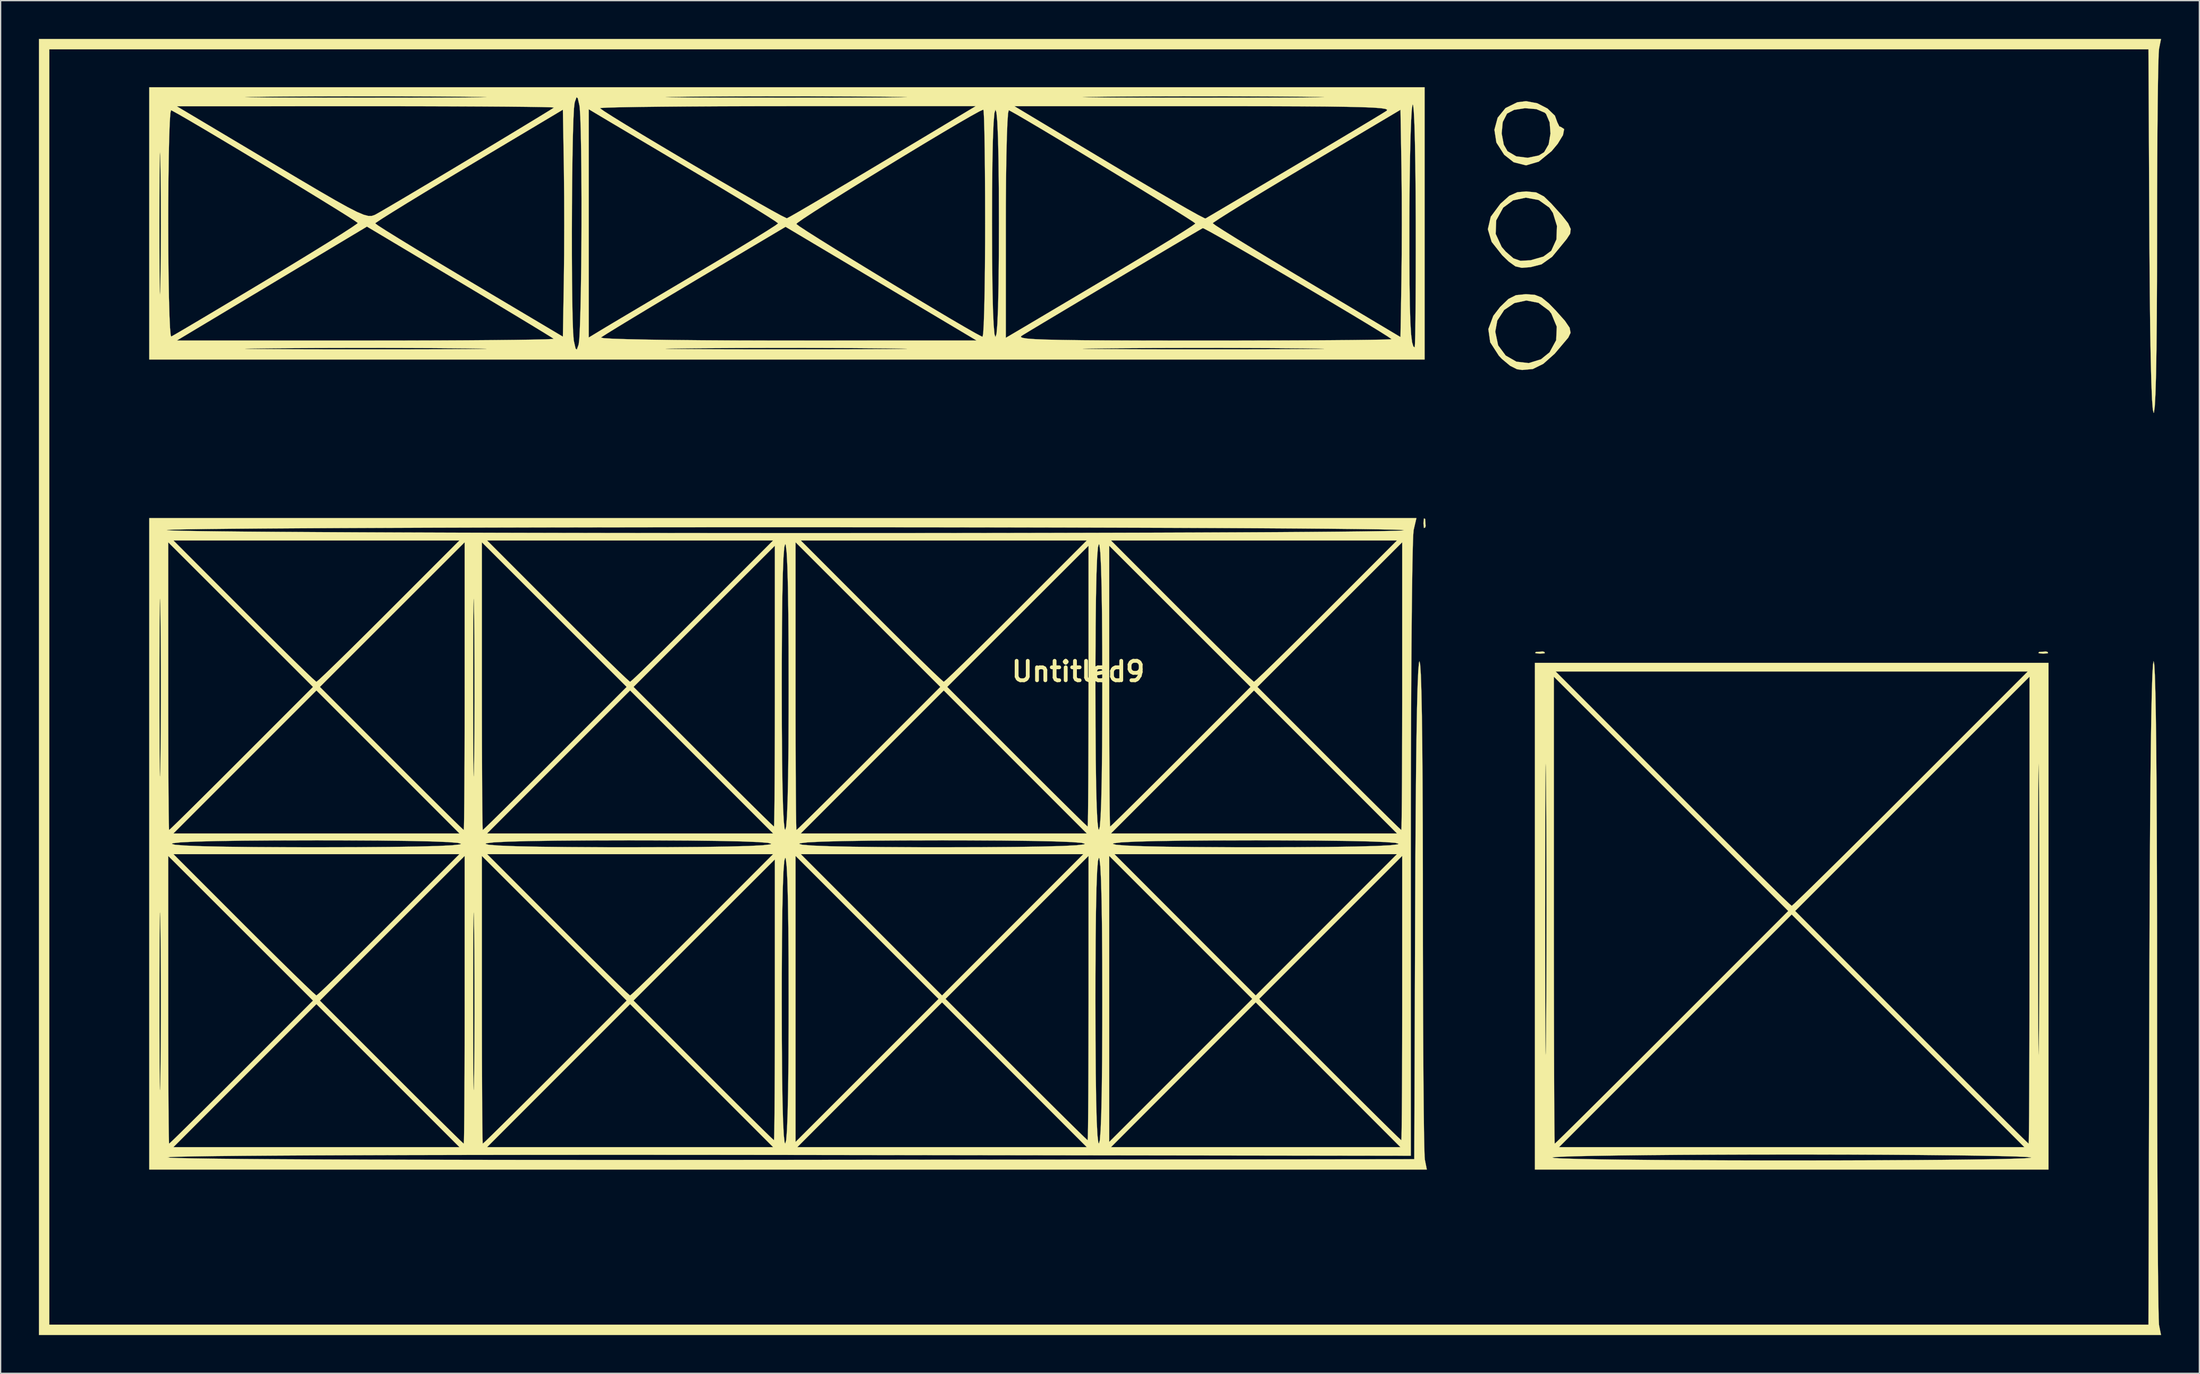
<source format=kicad_pcb>
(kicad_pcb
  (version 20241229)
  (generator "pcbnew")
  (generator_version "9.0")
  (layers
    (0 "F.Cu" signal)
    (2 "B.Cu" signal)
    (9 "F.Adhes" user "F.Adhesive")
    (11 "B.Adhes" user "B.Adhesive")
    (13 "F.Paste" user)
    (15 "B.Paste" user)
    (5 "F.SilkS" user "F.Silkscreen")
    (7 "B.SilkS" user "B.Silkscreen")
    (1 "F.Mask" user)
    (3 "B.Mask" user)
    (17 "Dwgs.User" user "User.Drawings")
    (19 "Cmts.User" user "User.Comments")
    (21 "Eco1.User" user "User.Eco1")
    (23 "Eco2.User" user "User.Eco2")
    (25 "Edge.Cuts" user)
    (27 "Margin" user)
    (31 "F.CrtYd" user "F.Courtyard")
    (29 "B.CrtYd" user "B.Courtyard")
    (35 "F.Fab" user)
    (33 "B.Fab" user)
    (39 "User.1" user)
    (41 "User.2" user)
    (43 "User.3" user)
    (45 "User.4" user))
  (footprint "Untitled9"
    (layer "F.Cu")
    (at 81.474 49.589)
    (property "Reference" "Untitled9" (at 0 0 0) (layer "F.SilkS") (effects (font (size 1.524 1.524) (thickness 0.3))))
    (attr through_hole)
    (fp_poly (pts (xy 27.2 -11.957) (xy 27.236 -11.404) (xy 27.2 -11.281) (xy 27.102 -11.247) (xy 27.064 -11.619) (xy 27.106 -12.003) (xy 27.2 -11.957)) (stroke (width 0.01) (type solid)) (fill yes) (layer "F.SilkS"))
    (fp_poly (pts (xy 36.546 -1.53) (xy 36.58 -1.431) (xy 36.209 -1.394) (xy 35.825 -1.436) (xy 35.871 -1.53) (xy 36.424 -1.566) (xy 36.546 -1.53)) (stroke (width 0.01) (type solid)) (fill yes) (layer "F.SilkS"))
    (fp_poly (pts (xy 75.997 -1.53) (xy 76.031 -1.431) (xy 75.66 -1.394) (xy 75.276 -1.436) (xy 75.322 -1.53) (xy 75.875 -1.566) (xy 75.997 -1.53)) (stroke (width 0.01) (type solid)) (fill yes) (layer "F.SilkS"))
    (fp_poly (pts (xy 35.986 -44.545) (xy 36.794 -44.129) (xy 37.371 -43.571) (xy 37.56 -43.052) (xy 37.722 -42.724) (xy 37.83 -42.694) (xy 38.096 -42.519) (xy 38.007 -42.049) (xy 37.594 -41.369) (xy 37.111 -40.79) (xy 36.103 -39.966) (xy 35.108 -39.675) (xy 34.141 -39.92) (xy 33.395 -40.507) (xy 32.783 -41.464) (xy 32.673 -42.177) (xy 33.198 -42.177) (xy 33.364 -41.296) (xy 33.656 -40.786) (xy 34.338 -40.384) (xy 35.238 -40.27) (xy 36.111 -40.452) (xy 36.525 -40.709) (xy 36.878 -41.319) (xy 37.024 -42.173) (xy 36.959 -43.043) (xy 36.678 -43.702) (xy 36.58 -43.803) (xy 35.916 -44.084) (xy 35.029 -44.156) (xy 34.167 -44.023) (xy 33.618 -43.732) (xy 33.281 -43.07) (xy 33.198 -42.177) (xy 32.673 -42.177) (xy 32.628 -42.471) (xy 32.882 -43.411) (xy 33.498 -44.168) (xy 34.427 -44.625) (xy 35.112 -44.708) (xy 35.986 -44.545)) (stroke (width 0.01) (type solid)) (fill yes) (layer "F.SilkS"))
    (fp_poly (pts (xy 35.791 -29.528) (xy 36.324 -29.321) (xy 36.893 -28.859) (xy 37.443 -28.291) (xy 38.157 -27.489) (xy 38.526 -26.946) (xy 38.6 -26.549) (xy 38.428 -26.187) (xy 38.386 -26.132) (xy 37.351 -24.907) (xy 36.464 -24.117) (xy 35.641 -23.71) (xy 34.796 -23.635) (xy 34.398 -23.693) (xy 33.86 -23.964) (xy 33.214 -24.503) (xy 32.979 -24.751) (xy 32.298 -25.807) (xy 32.181 -26.637) (xy 32.696 -26.637) (xy 32.921 -25.565) (xy 33.514 -24.766) (xy 34.353 -24.287) (xy 35.316 -24.175) (xy 36.281 -24.475) (xy 36.952 -25.02) (xy 37.469 -25.969) (xy 37.516 -27.03) (xy 37.092 -28.052) (xy 36.913 -28.284) (xy 36.082 -28.9) (xy 35.135 -29.083) (xy 34.197 -28.88) (xy 33.396 -28.34) (xy 32.856 -27.514) (xy 32.696 -26.637) (xy 32.181 -26.637) (xy 32.152 -26.839) (xy 32.541 -27.881) (xy 33.075 -28.573) (xy 33.729 -29.203) (xy 34.317 -29.499) (xy 35.073 -29.576) (xy 35.12 -29.576) (xy 35.791 -29.528)) (stroke (width 0.01) (type solid)) (fill yes) (layer "F.SilkS"))
    (fp_poly (pts (xy 35.907 -37.553) (xy 36.516 -37.235) (xy 37.091 -36.677) (xy 37.915 -35.76) (xy 38.41 -35.131) (xy 38.612 -34.684) (xy 38.563 -34.312) (xy 38.301 -33.909) (xy 38.168 -33.743) (xy 37.63 -33.086) (xy 37.154 -32.508) (xy 36.32 -31.916) (xy 35.468 -31.698) (xy 34.778 -31.642) (xy 34.273 -31.759) (xy 33.756 -32.131) (xy 33.24 -32.629) (xy 32.412 -33.677) (xy 32.223 -34.303) (xy 32.729 -34.303) (xy 33.2 -33.28) (xy 33.519 -32.911) (xy 34.123 -32.386) (xy 34.673 -32.193) (xy 35.447 -32.236) (xy 35.476 -32.24) (xy 36.474 -32.527) (xy 37.084 -32.979) (xy 37.49 -33.869) (xy 37.531 -34.93) (xy 37.217 -35.947) (xy 36.934 -36.365) (xy 36.102 -36.957) (xy 35.094 -37.145) (xy 34.091 -36.93) (xy 33.321 -36.365) (xy 32.768 -35.362) (xy 32.729 -34.303) (xy 32.223 -34.303) (xy 32.113 -34.668) (xy 32.341 -35.648) (xy 33.095 -36.662) (xy 33.097 -36.664) (xy 33.793 -37.287) (xy 34.43 -37.572) (xy 35.128 -37.633) (xy 35.907 -37.553)) (stroke (width 0.01) (type solid)) (fill yes) (layer "F.SilkS"))
    (fp_poly (pts (xy 84.732 -48.807) (xy 84.702 -48.391) (xy 84.674 -47.489) (xy 84.648 -46.155) (xy 84.625 -44.444) (xy 84.606 -42.409) (xy 84.591 -40.105) (xy 84.581 -37.587) (xy 84.577 -34.909) (xy 84.577 -34.148) (xy 84.571 -30.716) (xy 84.556 -27.749) (xy 84.531 -25.258) (xy 84.496 -23.257) (xy 84.451 -21.756) (xy 84.397 -20.767) (xy 84.334 -20.303) (xy 84.309 -20.266) (xy 84.243 -20.534) (xy 84.182 -21.329) (xy 84.128 -22.638) (xy 84.081 -24.447) (xy 84.04 -26.743) (xy 84.007 -29.514) (xy 83.981 -32.744) (xy 83.971 -34.52) (xy 83.901 -48.773) (xy -80.659 -48.773) (xy -80.659 51.205) (xy 83.901 51.205) (xy 83.97 25.197) (xy 83.986 20.326) (xy 84.006 15.944) (xy 84.03 12.057) (xy 84.058 8.671) (xy 84.09 5.791) (xy 84.126 3.424) (xy 84.166 1.574) (xy 84.21 0.248) (xy 84.257 -0.549) (xy 84.308 -0.811) (xy 84.359 -0.541) (xy 84.404 0.264) (xy 84.445 1.599) (xy 84.48 3.46) (xy 84.51 5.841) (xy 84.534 8.738) (xy 84.553 12.146) (xy 84.567 16.06) (xy 84.574 20.474) (xy 84.577 24.826) (xy 84.578 28.517) (xy 84.583 32.066) (xy 84.59 35.433) (xy 84.601 38.579) (xy 84.613 41.467) (xy 84.628 44.056) (xy 84.644 46.31) (xy 84.663 48.188) (xy 84.683 49.653) (xy 84.704 50.665) (xy 84.726 51.186) (xy 84.732 51.239) (xy 84.887 52.016) (xy -81.469 52.016) (xy -81.469 -49.584) (xy 84.887 -49.584) (xy 84.732 -48.807)) (stroke (width 0.01) (type solid)) (fill yes) (layer "F.SilkS"))
    (fp_poly (pts (xy 76.065 39.046) (xy 35.803 39.046) (xy 35.803 38.1) (xy 37.154 38.1) (xy 37.323 38.14) (xy 37.995 38.178) (xy 39.135 38.212) (xy 40.706 38.243) (xy 42.672 38.27) (xy 44.997 38.293) (xy 47.644 38.311) (xy 50.576 38.324) (xy 53.758 38.331) (xy 55.934 38.332) (xy 59.258 38.329) (xy 62.356 38.32) (xy 65.192 38.305) (xy 67.729 38.286) (xy 69.931 38.261) (xy 71.762 38.233) (xy 73.186 38.2) (xy 74.165 38.165) (xy 74.664 38.126) (xy 74.714 38.1) (xy 74.358 38.061) (xy 73.507 38.023) (xy 72.207 37.989) (xy 70.504 37.957) (xy 68.444 37.93) (xy 66.072 37.906) (xy 63.435 37.888) (xy 60.578 37.875) (xy 57.546 37.869) (xy 55.934 37.868) (xy 52.831 37.871) (xy 49.879 37.881) (xy 47.122 37.896) (xy 44.608 37.917) (xy 42.382 37.943) (xy 40.49 37.972) (xy 38.977 38.005) (xy 37.889 38.041) (xy 37.273 38.079) (xy 37.154 38.1) (xy 35.803 38.1) (xy 35.803 37.289) (xy 37.696 37.289) (xy 74.172 37.289) (xy 55.934 19.051) (xy 46.815 28.17) (xy 37.696 37.289) (xy 35.803 37.289) (xy 35.803 18.645) (xy 36.606 18.645) (xy 36.607 21.479) (xy 36.61 23.943) (xy 36.615 26.019) (xy 36.621 27.687) (xy 36.628 28.93) (xy 36.636 29.728) (xy 36.646 30.062) (xy 36.657 29.915) (xy 36.668 29.267) (xy 36.68 28.1) (xy 36.681 27.899) (xy 36.698 25.113) (xy 36.709 21.966) (xy 36.712 18.714) (xy 37.289 18.714) (xy 37.29 21.805) (xy 37.293 24.732) (xy 37.298 27.451) (xy 37.304 29.918) (xy 37.311 32.089) (xy 37.32 33.92) (xy 37.33 35.367) (xy 37.34 36.387) (xy 37.352 36.935) (xy 37.358 37.019) (xy 37.557 36.834) (xy 38.101 36.304) (xy 38.951 35.465) (xy 40.071 34.354) (xy 41.423 33.01) (xy 42.971 31.469) (xy 44.676 29.767) (xy 46.501 27.943) (xy 46.546 27.898) (xy 55.664 18.777) (xy 56.204 18.777) (xy 65.322 27.898) (xy 67.15 29.725) (xy 68.859 31.43) (xy 70.41 32.976) (xy 71.768 34.325) (xy 72.894 35.441) (xy 73.751 36.287) (xy 74.302 36.825) (xy 74.509 37.019) (xy 74.51 37.019) (xy 74.521 36.756) (xy 74.532 35.997) (xy 74.543 34.785) (xy 74.552 33.165) (xy 74.56 31.18) (xy 74.567 28.874) (xy 74.572 26.291) (xy 74.576 23.476) (xy 74.578 20.472) (xy 74.579 18.714) (xy 74.579 18.645) (xy 75.247 18.645) (xy 75.248 21.479) (xy 75.251 23.943) (xy 75.255 26.019) (xy 75.261 27.687) (xy 75.268 28.93) (xy 75.277 29.728) (xy 75.286 30.062) (xy 75.297 29.915) (xy 75.308 29.267) (xy 75.32 28.1) (xy 75.322 27.899) (xy 75.339 25.113) (xy 75.349 21.966) (xy 75.353 18.64) (xy 75.349 15.314) (xy 75.339 12.168) (xy 75.322 9.39) (xy 75.31 8.151) (xy 75.298 7.433) (xy 75.288 7.218) (xy 75.278 7.488) (xy 75.269 8.224) (xy 75.262 9.407) (xy 75.256 11.018) (xy 75.251 13.039) (xy 75.248 15.452) (xy 75.247 18.236) (xy 75.247 18.645) (xy 74.579 18.645) (xy 74.579 0.408) (xy 56.204 18.777) (xy 55.664 18.777) (xy 46.477 9.593) (xy 37.289 0.408) (xy 37.289 18.714) (xy 36.712 18.714) (xy 36.712 18.64) (xy 36.709 15.314) (xy 36.698 12.168) (xy 36.681 9.39) (xy 36.669 8.151) (xy 36.658 7.433) (xy 36.647 7.218) (xy 36.638 7.488) (xy 36.629 8.224) (xy 36.622 9.407) (xy 36.615 11.018) (xy 36.611 13.039) (xy 36.608 15.452) (xy 36.607 18.236) (xy 36.606 18.645) (xy 35.803 18.645) (xy 35.803 0) (xy 37.427 0) (xy 46.612 9.187) (xy 48.448 11.022) (xy 50.168 12.734) (xy 51.734 14.288) (xy 53.107 15.645) (xy 54.252 16.769) (xy 55.129 17.624) (xy 55.702 18.171) (xy 55.932 18.374) (xy 55.934 18.374) (xy 56.147 18.189) (xy 56.703 17.658) (xy 57.567 16.818) (xy 58.698 15.706) (xy 60.062 14.36) (xy 61.618 12.815) (xy 63.332 11.11) (xy 65.163 9.28) (xy 65.256 9.187) (xy 74.441 0) (xy 37.427 0) (xy 35.803 0) (xy 35.803 -0.676) (xy 76.065 -0.676) (xy 76.065 39.046)) (stroke (width 0.01) (type solid)) (fill yes) (layer "F.SilkS"))
    (fp_poly (pts (xy 27.156 -24.454) (xy -72.822 -24.454) (xy -72.822 -25.295) (xy -65.327 -25.295) (xy -64.922 -25.284) (xy -64.061 -25.275) (xy -62.762 -25.268) (xy -61.047 -25.262) (xy -58.937 -25.258) (xy -56.453 -25.256) (xy -55.799 -25.256) (xy -53.232 -25.257) (xy -51.039 -25.261) (xy -49.24 -25.266) (xy -47.856 -25.273) (xy -46.906 -25.282) (xy -46.41 -25.292) (xy -46.389 -25.304) (xy -46.863 -25.316) (xy -47.852 -25.329) (xy -48.185 -25.332) (xy -50.742 -25.351) (xy -53.628 -25.361) (xy -56.651 -25.363) (xy -59.618 -25.357) (xy -62.337 -25.343) (xy -63.587 -25.332) (xy -64.68 -25.319) (xy -65.253 -25.306) (xy -65.327 -25.295) (xy -72.822 -25.295) (xy -72.822 -25.943) (xy -70.661 -25.943) (xy -55.821 -25.942) (xy -53.051 -25.944) (xy -50.454 -25.951) (xy -48.079 -25.962) (xy -45.972 -25.977) (xy -44.184 -25.995) (xy -42.762 -26.016) (xy -41.753 -26.039) (xy -41.207 -26.064) (xy -41.122 -26.08) (xy -41.38 -26.248) (xy -42.046 -26.658) (xy -43.062 -27.276) (xy -44.371 -28.066) (xy -45.915 -28.995) (xy -47.639 -30.028) (xy -48.509 -30.548) (xy -55.757 -34.875) (xy -63.209 -30.409) (xy -70.661 -25.943) (xy -72.822 -25.943) (xy -72.822 -35.128) (xy -72.026 -35.128) (xy -72.024 -33.201) (xy -72.018 -31.652) (xy -72.008 -30.507) (xy -71.996 -29.794) (xy -71.981 -29.539) (xy -71.964 -29.769) (xy -71.946 -30.51) (xy -71.945 -30.602) (xy -71.92 -32.609) (xy -71.911 -34.899) (xy -71.912 -35.128) (xy -71.336 -35.128) (xy -71.329 -32.993) (xy -71.31 -31.046) (xy -71.28 -29.348) (xy -71.241 -27.961) (xy -71.195 -26.947) (xy -71.143 -26.369) (xy -71.103 -26.256) (xy -70.822 -26.412) (xy -70.136 -26.813) (xy -69.102 -27.424) (xy -67.78 -28.21) (xy -66.226 -29.137) (xy -64.5 -30.17) (xy -63.673 -30.666) (xy -61.897 -31.737) (xy -60.281 -32.722) (xy -58.88 -33.586) (xy -57.75 -34.295) (xy -56.946 -34.814) (xy -56.525 -35.108) (xy -56.505 -35.128) (xy -55.109 -35.128) (xy -54.887 -34.962) (xy -54.254 -34.555) (xy -53.266 -33.942) (xy -51.979 -33.156) (xy -50.448 -32.231) (xy -48.729 -31.201) (xy -47.754 -30.62) (xy -40.397 -26.248) (xy -40.323 -30.688) (xy -40.3 -32.674) (xy -40.294 -34.577) (xy -39.692 -34.577) (xy -39.691 -32.606) (xy -39.681 -30.741) (xy -39.661 -29.065) (xy -39.633 -27.658) (xy -39.595 -26.602) (xy -39.547 -25.977) (xy -39.535 -25.907) (xy -39.403 -25.324) (xy -39.306 -25.231) (xy -39.284 -25.295) (xy -32.361 -25.295) (xy -31.956 -25.284) (xy -31.095 -25.275) (xy -29.796 -25.268) (xy -28.081 -25.262) (xy -25.971 -25.258) (xy -23.487 -25.256) (xy -22.833 -25.256) (xy -20.266 -25.257) (xy -18.073 -25.261) (xy -16.275 -25.266) (xy -14.89 -25.273) (xy -13.94 -25.282) (xy -13.444 -25.292) (xy -13.439 -25.295) (xy 0.335 -25.295) (xy 0.739 -25.284) (xy 1.601 -25.275) (xy 2.9 -25.268) (xy 4.614 -25.262) (xy 6.724 -25.258) (xy 9.209 -25.256) (xy 9.863 -25.256) (xy 12.429 -25.257) (xy 14.622 -25.261) (xy 16.421 -25.266) (xy 17.806 -25.273) (xy 18.756 -25.282) (xy 19.252 -25.292) (xy 19.273 -25.304) (xy 18.799 -25.316) (xy 17.81 -25.329) (xy 17.477 -25.332) (xy 14.92 -25.351) (xy 12.034 -25.361) (xy 9.011 -25.363) (xy 6.044 -25.357) (xy 3.324 -25.343) (xy 2.075 -25.332) (xy 0.982 -25.319) (xy 0.409 -25.306) (xy 0.335 -25.295) (xy -13.439 -25.295) (xy -13.423 -25.304) (xy -13.897 -25.316) (xy -14.886 -25.329) (xy -15.219 -25.332) (xy -17.776 -25.351) (xy -20.662 -25.361) (xy -23.685 -25.363) (xy -26.652 -25.357) (xy -29.371 -25.343) (xy -30.621 -25.332) (xy -31.714 -25.319) (xy -32.287 -25.306) (xy -32.361 -25.295) (xy -39.284 -25.295) (xy -39.18 -25.587) (xy -39.156 -25.67) (xy -39.108 -26.101) (xy -39.105 -26.177) (xy -37.411 -26.177) (xy -37.2 -26.13) (xy -36.49 -26.087) (xy -35.322 -26.049) (xy -33.737 -26.015) (xy -31.777 -25.987) (xy -29.482 -25.966) (xy -26.894 -25.951) (xy -24.054 -25.944) (xy -22.819 -25.944) (xy -7.971 -25.947) (xy -15.456 -30.402) (xy -22.941 -34.857) (xy -30.048 -30.635) (xy -31.827 -29.575) (xy -33.461 -28.598) (xy -34.888 -27.738) (xy -36.052 -27.031) (xy -36.892 -26.514) (xy -37.349 -26.223) (xy -37.411 -26.177) (xy -39.105 -26.177) (xy -39.104 -26.18) (xy -38.37 -26.18) (xy -37.222 -26.875) (xy -36.681 -27.199) (xy -35.751 -27.753) (xy -34.506 -28.492) (xy -33.023 -29.372) (xy -31.376 -30.348) (xy -29.8 -31.281) (xy -28.144 -32.265) (xy -26.652 -33.161) (xy -25.384 -33.932) (xy -24.399 -34.541) (xy -23.759 -34.952) (xy -23.583 -35.081) (xy -22.097 -35.081) (xy -21.858 -34.898) (xy -21.223 -34.481) (xy -20.26 -33.871) (xy -19.036 -33.109) (xy -17.621 -32.238) (xy -16.082 -31.298) (xy -14.488 -30.331) (xy -12.906 -29.378) (xy -11.407 -28.48) (xy -10.057 -27.679) (xy -8.924 -27.017) (xy -8.079 -26.534) (xy -7.587 -26.272) (xy -7.498 -26.237) (xy -7.45 -26.49) (xy -7.406 -27.221) (xy -7.367 -28.367) (xy -7.335 -29.865) (xy -7.312 -31.653) (xy -7.298 -33.667) (xy -7.296 -35.128) (xy -6.755 -35.128) (xy -6.747 -32.431) (xy -6.723 -30.198) (xy -6.684 -28.444) (xy -6.629 -27.185) (xy -6.561 -26.436) (xy -6.485 -26.211) (xy -6.403 -26.478) (xy -6.336 -27.27) (xy -6.283 -28.571) (xy -6.244 -30.366) (xy -6.222 -32.638) (xy -6.215 -35.123) (xy -5.674 -35.123) (xy -5.674 -26.157) (xy -5.564 -26.222) (xy -4.499 -26.222) (xy -4.365 -26.155) (xy -4.012 -26.099) (xy -3.402 -26.053) (xy -2.499 -26.017) (xy -1.266 -25.989) (xy 0.336 -25.968) (xy 2.343 -25.954) (xy 4.792 -25.945) (xy 7.721 -25.941) (xy 9.848 -25.94) (xy 12.618 -25.942) (xy 15.216 -25.948) (xy 17.594 -25.957) (xy 19.702 -25.969) (xy 21.493 -25.983) (xy 22.919 -26) (xy 23.93 -26.019) (xy 24.48 -26.039) (xy 24.567 -26.052) (xy 24.262 -26.263) (xy 23.57 -26.698) (xy 22.559 -27.315) (xy 21.297 -28.074) (xy 19.852 -28.936) (xy 18.291 -29.86) (xy 16.683 -30.807) (xy 15.095 -31.737) (xy 13.596 -32.609) (xy 12.253 -33.385) (xy 11.135 -34.023) (xy 10.309 -34.484) (xy 9.843 -34.728) (xy 9.765 -34.756) (xy 9.343 -34.512) (xy 8.545 -34.044) (xy 7.444 -33.394) (xy 6.112 -32.605) (xy 4.619 -31.72) (xy 3.039 -30.781) (xy 1.442 -29.832) (xy -0.099 -28.914) (xy -1.512 -28.07) (xy -2.727 -27.344) (xy -3.671 -26.778) (xy -4.272 -26.414) (xy -4.451 -26.302) (xy -4.499 -26.222) (xy -5.564 -26.222) (xy -4.661 -26.753) (xy -4.162 -27.048) (xy -3.271 -27.576) (xy -2.06 -28.295) (xy -0.601 -29.16) (xy 1.034 -30.13) (xy 2.77 -31.161) (xy 4.444 -32.161) (xy 5.955 -33.073) (xy 7.245 -33.861) (xy 8.252 -34.489) (xy 8.919 -34.919) (xy 9.185 -35.115) (xy 9.187 -35.121) (xy 9.164 -35.138) (xy 10.546 -35.138) (xy 10.772 -34.969) (xy 11.406 -34.559) (xy 12.395 -33.942) (xy 13.683 -33.152) (xy 15.214 -32.222) (xy 16.933 -31.188) (xy 17.91 -30.604) (xy 25.265 -26.216) (xy 25.339 -30.672) (xy 25.361 -32.665) (xy 25.369 -34.938) (xy 25.369 -35.263) (xy 25.963 -35.263) (xy 25.963 -32.585) (xy 25.975 -30.405) (xy 26 -28.68) (xy 26.041 -27.368) (xy 26.099 -26.427) (xy 26.175 -25.814) (xy 26.272 -25.486) (xy 26.377 -25.4) (xy 26.4 -25.66) (xy 26.421 -26.401) (xy 26.438 -27.562) (xy 26.451 -29.082) (xy 26.46 -30.903) (xy 26.463 -32.965) (xy 26.462 -35.195) (xy 26.451 -37.59) (xy 26.429 -39.698) (xy 26.398 -41.476) (xy 26.358 -42.88) (xy 26.311 -43.867) (xy 26.257 -44.392) (xy 26.211 -44.45) (xy 26.153 -44.055) (xy 26.1 -43.188) (xy 26.053 -41.92) (xy 26.014 -40.32) (xy 25.985 -38.457) (xy 25.967 -36.401) (xy 25.963 -35.263) (xy 25.369 -35.263) (xy 25.364 -37.232) (xy 25.344 -39.287) (xy 25.339 -39.58) (xy 25.265 -44.032) (xy 17.902 -39.658) (xy 16.104 -38.585) (xy 14.465 -37.599) (xy 13.041 -36.733) (xy 11.888 -36.021) (xy 11.059 -35.497) (xy 10.611 -35.196) (xy 10.546 -35.138) (xy 9.164 -35.138) (xy 8.967 -35.282) (xy 8.349 -35.679) (xy 7.403 -36.271) (xy 6.195 -37.018) (xy 4.793 -37.879) (xy 3.264 -38.813) (xy 1.675 -39.778) (xy 0.095 -40.734) (xy -1.411 -41.64) (xy -2.773 -42.455) (xy -3.926 -43.138) (xy -4.801 -43.649) (xy -5.33 -43.945) (xy -5.442 -44) (xy -5.497 -43.762) (xy -5.548 -43.046) (xy -5.592 -41.913) (xy -5.629 -40.426) (xy -5.656 -38.646) (xy -5.671 -36.636) (xy -5.674 -35.123) (xy -6.215 -35.123) (xy -6.215 -35.128) (xy -6.223 -37.824) (xy -6.247 -40.057) (xy -6.286 -41.811) (xy -6.341 -43.07) (xy -6.41 -43.82) (xy -6.485 -44.045) (xy -6.567 -43.777) (xy -6.634 -42.985) (xy -6.688 -41.684) (xy -6.726 -39.89) (xy -6.748 -37.618) (xy -6.755 -35.128) (xy -7.296 -35.128) (xy -7.3 -37.261) (xy -7.312 -39.212) (xy -7.33 -40.917) (xy -7.354 -42.313) (xy -7.382 -43.336) (xy -7.414 -43.925) (xy -7.438 -44.045) (xy -7.739 -43.91) (xy -8.423 -43.534) (xy -9.422 -42.957) (xy -10.67 -42.22) (xy -12.099 -41.365) (xy -13.642 -40.431) (xy -15.233 -39.461) (xy -16.804 -38.496) (xy -18.288 -37.575) (xy -19.618 -36.74) (xy -20.727 -36.033) (xy -21.549 -35.494) (xy -22.015 -35.164) (xy -22.097 -35.081) (xy -23.583 -35.081) (xy -23.522 -35.127) (xy -23.522 -35.128) (xy -23.744 -35.295) (xy -24.372 -35.7) (xy -25.345 -36.305) (xy -26.605 -37.073) (xy -28.09 -37.967) (xy -29.741 -38.951) (xy -29.796 -38.983) (xy -31.525 -40.008) (xy -33.16 -40.978) (xy -34.625 -41.847) (xy -35.845 -42.571) (xy -36.745 -43.105) (xy -37.222 -43.389) (xy -38.37 -44.075) (xy -38.37 -26.18) (xy -39.104 -26.18) (xy -39.063 -27) (xy -39.022 -28.298) (xy -38.987 -29.922) (xy -38.96 -31.801) (xy -38.942 -33.864) (xy -38.938 -34.891) (xy -38.937 -37.031) (xy -38.947 -39.033) (xy -38.967 -40.823) (xy -38.996 -42.328) (xy -39.033 -43.474) (xy -39.074 -44.157) (xy -37.491 -44.157) (xy -37.167 -43.925) (xy -36.458 -43.473) (xy -35.432 -42.841) (xy -34.158 -42.07) (xy -32.704 -41.2) (xy -31.141 -40.272) (xy -29.535 -39.326) (xy -27.957 -38.402) (xy -26.474 -37.542) (xy -25.156 -36.785) (xy -24.071 -36.172) (xy -23.289 -35.744) (xy -22.876 -35.54) (xy -22.833 -35.53) (xy -22.542 -35.683) (xy -21.847 -36.081) (xy -20.805 -36.69) (xy -19.474 -37.475) (xy -17.912 -38.401) (xy -16.178 -39.436) (xy -15.3 -39.961) (xy -8.041 -44.313) (xy -4.999 -44.313) (xy 2.412 -39.869) (xy 4.219 -38.791) (xy 5.877 -37.812) (xy 7.328 -36.966) (xy 8.517 -36.284) (xy 9.388 -35.798) (xy 9.885 -35.542) (xy 9.978 -35.51) (xy 10.242 -35.665) (xy 10.911 -36.059) (xy 11.926 -36.658) (xy 13.227 -37.428) (xy 14.755 -38.332) (xy 16.451 -39.335) (xy 16.888 -39.594) (xy 18.64 -40.632) (xy 20.26 -41.595) (xy 21.683 -42.445) (xy 22.847 -43.142) (xy 23.686 -43.649) (xy 24.138 -43.928) (xy 24.177 -43.954) (xy 24.224 -44.033) (xy 24.09 -44.1) (xy 23.737 -44.156) (xy 23.128 -44.202) (xy 22.225 -44.238) (xy 20.992 -44.266) (xy 19.39 -44.287) (xy 17.384 -44.301) (xy 14.936 -44.31) (xy 12.008 -44.314) (xy 9.855 -44.314) (xy -4.999 -44.313) (xy -8.041 -44.313) (xy -8.038 -44.315) (xy -22.844 -44.315) (xy -25.61 -44.312) (xy -28.203 -44.304) (xy -30.573 -44.291) (xy -32.674 -44.274) (xy -34.456 -44.254) (xy -35.872 -44.23) (xy -36.873 -44.203) (xy -37.411 -44.175) (xy -37.491 -44.157) (xy -39.074 -44.157) (xy -39.076 -44.187) (xy -39.097 -44.349) (xy -39.229 -44.931) (xy -39.322 -45.02) (xy -32.361 -45.02) (xy -31.956 -45.01) (xy -31.095 -45.001) (xy -29.796 -44.993) (xy -28.081 -44.987) (xy -25.971 -44.984) (xy -23.487 -44.982) (xy -22.833 -44.982) (xy -20.266 -44.983) (xy -18.073 -44.986) (xy -16.275 -44.992) (xy -14.89 -44.999) (xy -13.94 -45.008) (xy -13.444 -45.018) (xy -13.439 -45.02) (xy 0.335 -45.02) (xy 0.739 -45.01) (xy 1.601 -45.001) (xy 2.9 -44.993) (xy 4.614 -44.987) (xy 6.724 -44.984) (xy 9.209 -44.982) (xy 9.863 -44.982) (xy 12.429 -44.983) (xy 14.622 -44.986) (xy 16.421 -44.992) (xy 17.806 -44.999) (xy 18.756 -45.008) (xy 19.252 -45.018) (xy 19.273 -45.029) (xy 18.799 -45.041) (xy 17.81 -45.054) (xy 17.477 -45.058) (xy 14.92 -45.076) (xy 12.034 -45.087) (xy 9.011 -45.089) (xy 6.044 -45.083) (xy 3.324 -45.068) (xy 2.075 -45.058) (xy 0.982 -45.044) (xy 0.409 -45.032) (xy 0.335 -45.02) (xy -13.439 -45.02) (xy -13.423 -45.029) (xy -13.897 -45.041) (xy -14.886 -45.054) (xy -15.219 -45.058) (xy -17.776 -45.076) (xy -20.662 -45.087) (xy -23.685 -45.089) (xy -26.652 -45.083) (xy -29.371 -45.068) (xy -30.621 -45.058) (xy -31.714 -45.044) (xy -32.287 -45.032) (xy -32.361 -45.02) (xy -39.322 -45.02) (xy -39.325 -45.024) (xy -39.452 -44.668) (xy -39.475 -44.585) (xy -39.529 -44.129) (xy -39.575 -43.213) (xy -39.614 -41.919) (xy -39.645 -40.327) (xy -39.669 -38.519) (xy -39.685 -36.576) (xy -39.692 -34.577) (xy -40.294 -34.577) (xy -40.292 -34.942) (xy -40.298 -37.232) (xy -40.318 -39.287) (xy -40.323 -39.584) (xy -40.397 -44.039) (xy -47.752 -39.651) (xy -49.548 -38.575) (xy -51.186 -37.587) (xy -52.61 -36.719) (xy -53.764 -36.007) (xy -54.594 -35.484) (xy -55.044 -35.185) (xy -55.109 -35.128) (xy -56.505 -35.128) (xy -56.474 -35.158) (xy -56.696 -35.32) (xy -57.314 -35.718) (xy -58.262 -36.31) (xy -59.472 -37.056) (xy -60.876 -37.915) (xy -62.408 -38.845) (xy -63.999 -39.807) (xy -65.582 -40.759) (xy -67.09 -41.661) (xy -68.454 -42.472) (xy -69.608 -43.151) (xy -70.484 -43.658) (xy -71.014 -43.951) (xy -71.116 -44) (xy -71.168 -43.762) (xy -71.216 -43.046) (xy -71.258 -41.913) (xy -71.293 -40.426) (xy -71.318 -38.647) (xy -71.333 -36.636) (xy -71.336 -35.128) (xy -71.912 -35.128) (xy -71.917 -37.215) (xy -71.939 -39.297) (xy -71.945 -39.654) (xy -71.963 -40.441) (xy -71.98 -40.715) (xy -71.995 -40.502) (xy -72.007 -39.829) (xy -72.017 -38.722) (xy -72.023 -37.208) (xy -72.026 -35.313) (xy -72.026 -35.128) (xy -72.822 -35.128) (xy -72.822 -44.307) (xy -70.661 -44.307) (xy -63.23 -39.881) (xy -61.172 -38.657) (xy -59.526 -37.686) (xy -58.24 -36.942) (xy -57.261 -36.398) (xy -56.538 -36.029) (xy -56.019 -35.809) (xy -55.652 -35.712) (xy -55.385 -35.712) (xy -55.167 -35.783) (xy -55.099 -35.816) (xy -54.69 -36.047) (xy -53.885 -36.516) (xy -52.75 -37.186) (xy -51.351 -38.017) (xy -49.756 -38.968) (xy -48.031 -40.001) (xy -47.803 -40.138) (xy -46.101 -41.161) (xy -44.555 -42.094) (xy -43.223 -42.9) (xy -42.165 -43.543) (xy -41.44 -43.987) (xy -41.108 -44.197) (xy -41.095 -44.207) (xy -41.335 -44.227) (xy -42.068 -44.246) (xy -43.245 -44.263) (xy -44.817 -44.278) (xy -46.736 -44.29) (xy -48.953 -44.3) (xy -51.422 -44.307) (xy -54.092 -44.311) (xy -55.821 -44.311) (xy -70.661 -44.307) (xy -72.822 -44.307) (xy -72.822 -45.02) (xy -65.327 -45.02) (xy -64.922 -45.01) (xy -64.061 -45.001) (xy -62.762 -44.993) (xy -61.047 -44.987) (xy -58.937 -44.984) (xy -56.453 -44.982) (xy -55.799 -44.982) (xy -53.232 -44.983) (xy -51.039 -44.986) (xy -49.24 -44.992) (xy -47.856 -44.999) (xy -46.906 -45.008) (xy -46.41 -45.018) (xy -46.389 -45.029) (xy -46.863 -45.041) (xy -47.852 -45.054) (xy -48.185 -45.058) (xy -50.742 -45.076) (xy -53.628 -45.087) (xy -56.651 -45.089) (xy -59.618 -45.083) (xy -62.337 -45.068) (xy -63.587 -45.058) (xy -64.68 -45.044) (xy -65.253 -45.032) (xy -65.327 -45.02) (xy -72.822 -45.02) (xy -72.822 -45.801) (xy 27.156 -45.801) (xy 27.156 -24.454)) (stroke (width 0.01) (type solid)) (fill yes) (layer "F.SilkS"))
    (fp_poly (pts (xy 26.296 -11.079) (xy 26.263 -10.672) (xy 26.232 -9.766) (xy 26.202 -8.4) (xy 26.175 -6.614) (xy 26.15 -4.45) (xy 26.129 -1.947) (xy 26.11 0.854) (xy 26.095 3.913) (xy 26.084 7.189) (xy 26.078 10.642) (xy 26.076 13.916) (xy 26.076 37.965) (xy -22.352 37.903) (xy -28.118 37.897) (xy -33.613 37.894) (xy -38.816 37.894) (xy -43.709 37.897) (xy -48.271 37.903) (xy -52.482 37.911) (xy -56.324 37.923) (xy -59.777 37.936) (xy -62.821 37.953) (xy -65.436 37.971) (xy -67.602 37.992) (xy -69.301 38.016) (xy -70.512 38.041) (xy -71.216 38.069) (xy -71.396 38.089) (xy -71.205 38.119) (xy -70.49 38.147) (xy -69.266 38.172) (xy -67.548 38.196) (xy -65.353 38.217) (xy -62.697 38.235) (xy -59.594 38.251) (xy -56.061 38.265) (xy -52.113 38.276) (xy -47.767 38.284) (xy -43.038 38.29) (xy -37.941 38.292) (xy -32.492 38.292) (xy -26.708 38.289) (xy -22.833 38.286) (xy 26.346 38.235) (xy 26.415 18.712) (xy 26.433 14.568) (xy 26.458 10.897) (xy 26.487 7.711) (xy 26.522 5.015) (xy 26.562 2.82) (xy 26.607 1.134) (xy 26.657 -0.035) (xy 26.712 -0.678) (xy 26.753 -0.811) (xy 26.811 -0.542) (xy 26.862 0.26) (xy 26.906 1.587) (xy 26.943 3.432) (xy 26.973 5.788) (xy 26.996 8.646) (xy 27.012 11.999) (xy 27.02 15.841) (xy 27.021 18.341) (xy 27.023 21.529) (xy 27.03 24.572) (xy 27.04 27.426) (xy 27.053 30.045) (xy 27.069 32.384) (xy 27.088 34.397) (xy 27.109 36.039) (xy 27.133 37.264) (xy 27.158 38.028) (xy 27.177 38.269) (xy 27.332 39.046) (xy -72.822 39.046) (xy -72.822 37.289) (xy -70.929 37.289) (xy -48.505 37.289) (xy -46.34 37.289) (xy -23.915 37.289) (xy -22.018 37.289) (xy 0.671 37.289) (xy 2.572 37.289) (xy 25.26 37.289) (xy 19.59 31.615) (xy 18.163 30.186) (xy 16.867 28.889) (xy 15.749 27.771) (xy 14.857 26.879) (xy 14.237 26.26) (xy 13.937 25.961) (xy 13.916 25.94) (xy 13.732 26.124) (xy 13.212 26.642) (xy 12.405 27.45) (xy 11.356 28.498) (xy 10.114 29.741) (xy 8.725 31.131) (xy 8.241 31.615) (xy 2.572 37.289) (xy 0.671 37.289) (xy -4.999 31.615) (xy -6.427 30.186) (xy -7.723 28.889) (xy -8.84 27.771) (xy -9.733 26.879) (xy -10.352 26.26) (xy -10.652 25.961) (xy -10.673 25.94) (xy -10.858 26.124) (xy -11.377 26.642) (xy -12.185 27.45) (xy -13.233 28.498) (xy -14.475 29.741) (xy -15.865 31.131) (xy -16.348 31.615) (xy -22.018 37.289) (xy -23.915 37.289) (xy -35.128 26.077) (xy -46.34 37.289) (xy -48.505 37.289) (xy -59.717 26.077) (xy -70.929 37.289) (xy -72.822 37.289) (xy -72.822 25.805) (xy -72.023 25.805) (xy -72.022 27.988) (xy -72.017 29.799) (xy -72.01 31.213) (xy -72 32.206) (xy -71.988 32.754) (xy -71.974 32.832) (xy -71.959 32.417) (xy -71.945 31.566) (xy -71.923 29.392) (xy -71.913 26.9) (xy -71.913 25.74) (xy -71.336 25.74) (xy -71.335 28.15) (xy -71.33 30.384) (xy -71.323 32.385) (xy -71.313 34.099) (xy -71.302 35.468) (xy -71.288 36.438) (xy -71.274 36.951) (xy -71.266 37.019) (xy -71.065 36.836) (xy -70.53 36.317) (xy -69.71 35.509) (xy -68.652 34.461) (xy -67.404 33.22) (xy -66.014 31.832) (xy -65.592 31.41) (xy -59.987 25.801) (xy -59.447 25.801) (xy -53.842 31.41) (xy -52.42 32.831) (xy -51.126 34.12) (xy -50.008 35.228) (xy -49.114 36.11) (xy -48.492 36.718) (xy -48.189 37.003) (xy -48.168 37.019) (xy -48.153 36.758) (xy -48.139 36.013) (xy -48.127 34.839) (xy -48.116 33.293) (xy -48.107 31.43) (xy -48.101 29.307) (xy -48.098 26.98) (xy -48.098 25.805) (xy -47.434 25.805) (xy -47.432 27.988) (xy -47.428 29.799) (xy -47.42 31.213) (xy -47.41 32.206) (xy -47.399 32.754) (xy -47.385 32.832) (xy -47.37 32.417) (xy -47.355 31.566) (xy -47.334 29.392) (xy -47.323 26.9) (xy -47.324 25.74) (xy -46.747 25.74) (xy -46.745 28.15) (xy -46.741 30.384) (xy -46.733 32.385) (xy -46.724 34.099) (xy -46.712 35.468) (xy -46.699 36.438) (xy -46.685 36.951) (xy -46.677 37.019) (xy -46.476 36.836) (xy -45.941 36.317) (xy -45.121 35.509) (xy -44.063 34.461) (xy -42.815 33.22) (xy -41.425 31.832) (xy -41.002 31.41) (xy -35.398 25.801) (xy -35.398 25.8) (xy -34.858 25.8) (xy -29.388 31.275) (xy -27.984 32.678) (xy -26.708 33.948) (xy -25.61 35.037) (xy -24.737 35.898) (xy -24.138 36.481) (xy -23.861 36.74) (xy -23.849 36.749) (xy -23.834 36.488) (xy -23.82 35.744) (xy -23.807 34.572) (xy -23.796 33.03) (xy -23.788 31.174) (xy -23.782 29.062) (xy -23.779 26.749) (xy -23.779 25.805) (xy -23.238 25.805) (xy -23.232 28.889) (xy -23.213 31.495) (xy -23.181 33.613) (xy -23.137 35.231) (xy -23.081 36.339) (xy -23.014 36.924) (xy -22.968 37.019) (xy -22.93 36.882) (xy -22.157 36.882) (xy -10.945 25.67) (xy -10.947 25.669) (xy -10.4 25.669) (xy -4.865 31.209) (xy -3.452 32.621) (xy -2.167 33.9) (xy -1.059 34.999) (xy -0.176 35.87) (xy 0.435 36.465) (xy 0.724 36.737) (xy 0.741 36.749) (xy 0.756 36.488) (xy 0.77 35.743) (xy 0.782 34.571) (xy 0.793 33.026) (xy 0.801 31.167) (xy 0.807 29.049) (xy 0.81 26.729) (xy 0.811 25.805) (xy 1.351 25.805) (xy 1.358 28.889) (xy 1.377 31.495) (xy 1.408 33.613) (xy 1.452 35.231) (xy 1.508 36.339) (xy 1.576 36.924) (xy 1.621 37.019) (xy 1.659 36.882) (xy 2.432 36.882) (xy 13.644 25.67) (xy 13.642 25.669) (xy 14.189 25.669) (xy 19.725 31.209) (xy 21.138 32.621) (xy 22.422 33.9) (xy 23.53 34.999) (xy 24.414 35.87) (xy 25.024 36.465) (xy 25.313 36.737) (xy 25.33 36.749) (xy 25.345 36.488) (xy 25.359 35.743) (xy 25.371 34.571) (xy 25.382 33.026) (xy 25.391 31.167) (xy 25.397 29.049) (xy 25.4 26.729) (xy 25.4 25.603) (xy 25.4 14.458) (xy 19.795 20.063) (xy 14.189 25.669) (xy 13.642 25.669) (xy 2.432 14.458) (xy 2.432 36.882) (xy 1.659 36.882) (xy 1.696 36.751) (xy 1.758 35.954) (xy 1.809 34.639) (xy 1.848 32.817) (xy 1.875 30.501) (xy 1.889 27.7) (xy 1.891 25.805) (xy 1.885 22.722) (xy 1.866 20.116) (xy 1.834 17.998) (xy 1.79 16.379) (xy 1.734 15.272) (xy 1.667 14.687) (xy 1.621 14.591) (xy 1.547 14.86) (xy 1.484 15.657) (xy 1.433 16.972) (xy 1.394 18.793) (xy 1.367 21.11) (xy 1.353 23.91) (xy 1.351 25.805) (xy 0.811 25.805) (xy 0.811 25.603) (xy 0.811 14.458) (xy -10.4 25.669) (xy -10.947 25.669) (xy -22.157 14.458) (xy -22.157 36.882) (xy -22.93 36.882) (xy -22.894 36.751) (xy -22.831 35.954) (xy -22.78 34.639) (xy -22.741 32.817) (xy -22.714 30.501) (xy -22.7 27.7) (xy -22.698 25.805) (xy -22.704 22.722) (xy -22.724 20.116) (xy -22.755 17.998) (xy -22.799 16.379) (xy -22.855 15.272) (xy -22.922 14.687) (xy -22.968 14.591) (xy -23.042 14.86) (xy -23.105 15.657) (xy -23.156 16.972) (xy -23.195 18.793) (xy -23.222 21.11) (xy -23.236 23.91) (xy -23.238 25.805) (xy -23.779 25.805) (xy -23.779 25.74) (xy -23.779 14.732) (xy -29.318 20.266) (xy -34.858 25.8) (xy -35.398 25.8) (xy -41.072 20.131) (xy -46.747 14.461) (xy -46.747 25.74) (xy -47.324 25.74) (xy -47.325 24.312) (xy -47.338 21.85) (xy -47.355 20.217) (xy -47.371 19.286) (xy -47.386 18.873) (xy -47.399 18.954) (xy -47.411 19.504) (xy -47.421 20.501) (xy -47.428 21.922) (xy -47.432 23.743) (xy -47.434 25.805) (xy -48.098 25.805) (xy -48.098 25.74) (xy -48.098 14.461) (xy -59.447 25.801) (xy -59.987 25.801) (xy -71.336 14.461) (xy -71.336 25.74) (xy -71.913 25.74) (xy -71.914 24.312) (xy -71.927 21.85) (xy -71.944 20.217) (xy -71.96 19.286) (xy -71.975 18.873) (xy -71.989 18.954) (xy -72 19.504) (xy -72.01 20.501) (xy -72.017 21.922) (xy -72.022 23.743) (xy -72.023 25.805) (xy -72.822 25.805) (xy -72.822 14.321) (xy -70.926 14.321) (xy -65.391 19.861) (xy -63.975 21.273) (xy -62.683 22.553) (xy -61.565 23.652) (xy -60.668 24.523) (xy -60.043 25.118) (xy -59.738 25.389) (xy -59.717 25.4) (xy -59.498 25.216) (xy -58.946 24.697) (xy -58.112 23.89) (xy -57.044 22.842) (xy -55.79 21.602) (xy -54.4 20.218) (xy -54.043 19.861) (xy -48.508 14.321) (xy -46.337 14.321) (xy -40.802 19.861) (xy -39.386 21.273) (xy -38.094 22.553) (xy -36.975 23.652) (xy -36.079 24.523) (xy -35.454 25.118) (xy -35.148 25.389) (xy -35.128 25.4) (xy -34.908 25.216) (xy -34.357 24.697) (xy -33.523 23.89) (xy -32.454 22.842) (xy -31.2 21.602) (xy -29.81 20.218) (xy -29.453 19.861) (xy -23.919 14.321) (xy -21.747 14.321) (xy -16.213 19.861) (xy -14.803 21.272) (xy -13.525 22.55) (xy -12.427 23.648) (xy -11.556 24.519) (xy -10.96 25.115) (xy -10.686 25.388) (xy -10.673 25.4) (xy -10.489 25.217) (xy -9.97 24.699) (xy -9.165 23.893) (xy -8.12 22.848) (xy -6.883 21.611) (xy -5.503 20.229) (xy -5.134 19.861) (xy 0.4 14.321) (xy 2.842 14.321) (xy 8.377 19.861) (xy 9.786 21.272) (xy 11.064 22.55) (xy 12.162 23.648) (xy 13.033 24.519) (xy 13.629 25.115) (xy 13.903 25.388) (xy 13.916 25.4) (xy 14.1 25.217) (xy 14.619 24.699) (xy 15.425 23.893) (xy 16.469 22.848) (xy 17.706 21.611) (xy 19.087 20.229) (xy 19.455 19.861) (xy 24.99 14.321) (xy 2.842 14.321) (xy 0.4 14.321) (xy -21.747 14.321) (xy -23.919 14.321) (xy -46.337 14.321) (xy -48.508 14.321) (xy -70.926 14.321) (xy -72.822 14.321) (xy -72.822 13.511) (xy -71.066 13.511) (xy -70.798 13.585) (xy -70 13.647) (xy -68.685 13.698) (xy -66.862 13.737) (xy -64.543 13.764) (xy -61.74 13.778) (xy -59.717 13.781) (xy -56.612 13.774) (xy -53.985 13.755) (xy -51.847 13.724) (xy -50.209 13.681) (xy -49.081 13.626) (xy -48.476 13.559) (xy -48.368 13.511) (xy -46.477 13.511) (xy -46.208 13.585) (xy -45.411 13.648) (xy -44.096 13.699) (xy -42.275 13.738) (xy -39.958 13.764) (xy -37.158 13.779) (xy -35.263 13.781) (xy -32.179 13.774) (xy -29.573 13.755) (xy -27.455 13.723) (xy -25.837 13.68) (xy -24.73 13.624) (xy -24.145 13.556) (xy -24.049 13.511) (xy -21.887 13.511) (xy -21.619 13.585) (xy -20.822 13.648) (xy -19.507 13.699) (xy -17.685 13.738) (xy -15.369 13.764) (xy -12.568 13.779) (xy -10.673 13.781) (xy -7.59 13.774) (xy -4.984 13.755) (xy -2.866 13.723) (xy -1.247 13.68) (xy -0.14 13.624) (xy 0.445 13.556) (xy 0.54 13.511) (xy 2.702 13.511) (xy 2.97 13.585) (xy 3.768 13.648) (xy 5.083 13.699) (xy 6.904 13.738) (xy 9.221 13.764) (xy 12.021 13.779) (xy 13.916 13.781) (xy 16.999 13.774) (xy 19.606 13.755) (xy 21.724 13.723) (xy 23.342 13.68) (xy 24.449 13.624) (xy 25.034 13.556) (xy 25.13 13.511) (xy 24.862 13.436) (xy 24.064 13.374) (xy 22.749 13.323) (xy 20.928 13.284) (xy 18.611 13.257) (xy 15.811 13.243) (xy 13.916 13.24) (xy 10.833 13.247) (xy 8.226 13.266) (xy 6.108 13.298) (xy 4.49 13.342) (xy 3.383 13.397) (xy 2.798 13.465) (xy 2.702 13.511) (xy 0.54 13.511) (xy 0.272 13.436) (xy -0.525 13.374) (xy -1.84 13.323) (xy -3.662 13.284) (xy -5.978 13.257) (xy -8.778 13.243) (xy -10.673 13.24) (xy -13.757 13.247) (xy -16.363 13.266) (xy -18.481 13.298) (xy -20.099 13.342) (xy -21.207 13.397) (xy -21.792 13.465) (xy -21.887 13.511) (xy -24.049 13.511) (xy -24.317 13.436) (xy -25.114 13.374) (xy -26.429 13.323) (xy -28.251 13.284) (xy -30.567 13.257) (xy -33.368 13.243) (xy -35.263 13.24) (xy -38.346 13.247) (xy -40.952 13.266) (xy -43.07 13.298) (xy -44.689 13.342) (xy -45.796 13.397) (xy -46.381 13.465) (xy -46.477 13.511) (xy -48.368 13.511) (xy -48.636 13.437) (xy -49.434 13.374) (xy -50.75 13.323) (xy -52.572 13.284) (xy -54.891 13.257) (xy -57.694 13.243) (xy -59.717 13.24) (xy -62.822 13.247) (xy -65.449 13.266) (xy -67.587 13.297) (xy -69.226 13.341) (xy -70.353 13.396) (xy -70.958 13.462) (xy -71.066 13.511) (xy -72.822 13.511) (xy -72.822 12.7) (xy -70.929 12.7) (xy -48.505 12.7) (xy -46.34 12.7) (xy -23.915 12.7) (xy -21.75 12.7) (xy 0.674 12.7) (xy 2.569 12.7) (xy 24.993 12.7) (xy 13.781 1.488) (xy 2.569 12.7) (xy 0.674 12.7) (xy -10.538 1.488) (xy -21.75 12.7) (xy -23.915 12.7) (xy -35.128 1.488) (xy -46.34 12.7) (xy -48.505 12.7) (xy -59.717 1.488) (xy -70.929 12.7) (xy -72.822 12.7) (xy -72.822 1.216) (xy -72.023 1.216) (xy -72.022 3.399) (xy -72.017 5.209) (xy -72.01 6.623) (xy -72 7.616) (xy -71.988 8.164) (xy -71.974 8.243) (xy -71.959 7.828) (xy -71.945 6.976) (xy -71.923 4.802) (xy -71.913 2.31) (xy -71.913 1.151) (xy -71.336 1.151) (xy -71.335 3.561) (xy -71.33 5.794) (xy -71.323 7.796) (xy -71.313 9.509) (xy -71.302 10.879) (xy -71.288 11.848) (xy -71.274 12.362) (xy -71.266 12.43) (xy -71.065 12.246) (xy -70.53 11.727) (xy -69.71 10.92) (xy -68.652 9.872) (xy -67.404 8.631) (xy -66.014 7.243) (xy -65.592 6.82) (xy -59.987 1.211) (xy -59.447 1.211) (xy -53.842 6.82) (xy -52.42 8.242) (xy -51.126 9.53) (xy -50.008 10.639) (xy -49.114 11.521) (xy -48.492 12.128) (xy -48.189 12.414) (xy -48.168 12.43) (xy -48.153 12.169) (xy -48.139 11.424) (xy -48.127 10.25) (xy -48.116 8.704) (xy -48.107 6.841) (xy -48.101 4.718) (xy -48.098 2.39) (xy -48.098 1.216) (xy -47.434 1.216) (xy -47.432 3.399) (xy -47.428 5.209) (xy -47.42 6.623) (xy -47.41 7.616) (xy -47.399 8.164) (xy -47.385 8.243) (xy -47.37 7.828) (xy -47.355 6.976) (xy -47.334 4.802) (xy -47.323 2.31) (xy -47.324 1.151) (xy -46.747 1.151) (xy -46.745 3.561) (xy -46.741 5.794) (xy -46.733 7.796) (xy -46.724 9.509) (xy -46.712 10.879) (xy -46.699 11.848) (xy -46.685 12.362) (xy -46.677 12.43) (xy -46.476 12.246) (xy -45.941 11.727) (xy -45.121 10.92) (xy -44.063 9.872) (xy -42.815 8.631) (xy -41.425 7.243) (xy -41.002 6.82) (xy -35.398 1.211) (xy -35.398 1.211) (xy -34.858 1.211) (xy -29.388 6.685) (xy -27.984 8.089) (xy -26.708 9.359) (xy -25.61 10.448) (xy -24.737 11.308) (xy -24.138 11.892) (xy -23.861 12.151) (xy -23.849 12.16) (xy -23.834 11.899) (xy -23.82 11.154) (xy -23.807 9.983) (xy -23.796 8.441) (xy -23.788 6.585) (xy -23.782 4.472) (xy -23.779 2.159) (xy -23.779 1.216) (xy -23.238 1.216) (xy -23.232 4.299) (xy -23.213 6.906) (xy -23.181 9.024) (xy -23.137 10.642) (xy -23.081 11.749) (xy -23.014 12.334) (xy -22.968 12.43) (xy -22.894 12.162) (xy -22.831 11.364) (xy -22.78 10.049) (xy -22.741 8.228) (xy -22.714 5.911) (xy -22.7 3.111) (xy -22.698 1.216) (xy -22.698 1.151) (xy -22.157 1.151) (xy -22.156 3.561) (xy -22.151 5.794) (xy -22.144 7.796) (xy -22.134 9.509) (xy -22.123 10.879) (xy -22.11 11.848) (xy -22.095 12.362) (xy -22.087 12.43) (xy -21.886 12.246) (xy -21.352 11.727) (xy -20.531 10.92) (xy -19.473 9.872) (xy -18.225 8.631) (xy -16.835 7.243) (xy -16.413 6.82) (xy -10.808 1.211) (xy -10.809 1.211) (xy -10.268 1.211) (xy -4.799 6.685) (xy -3.394 8.089) (xy -2.119 9.359) (xy -1.02 10.448) (xy -0.147 11.308) (xy 0.452 11.892) (xy 0.728 12.151) (xy 0.741 12.16) (xy 0.756 11.899) (xy 0.77 11.154) (xy 0.782 9.983) (xy 0.793 8.441) (xy 0.801 6.585) (xy 0.807 4.472) (xy 0.81 2.159) (xy 0.811 1.216) (xy 1.351 1.216) (xy 1.358 4.299) (xy 1.377 6.906) (xy 1.408 9.024) (xy 1.452 10.642) (xy 1.508 11.749) (xy 1.576 12.334) (xy 1.621 12.43) (xy 1.696 12.162) (xy 1.758 11.364) (xy 1.809 10.049) (xy 1.848 8.228) (xy 1.875 5.911) (xy 1.889 3.111) (xy 1.891 1.216) (xy 1.891 1.151) (xy 2.432 1.151) (xy 2.434 3.531) (xy 2.438 5.734) (xy 2.446 7.703) (xy 2.456 9.383) (xy 2.467 10.715) (xy 2.481 11.644) (xy 2.496 12.113) (xy 2.502 12.16) (xy 2.703 11.976) (xy 3.237 11.458) (xy 4.056 10.652) (xy 5.11 9.608) (xy 6.352 8.372) (xy 7.733 6.994) (xy 8.041 6.685) (xy 13.511 1.211) (xy 14.051 1.211) (xy 19.656 6.82) (xy 21.078 8.242) (xy 22.372 9.53) (xy 23.49 10.639) (xy 24.384 11.521) (xy 25.006 12.128) (xy 25.309 12.414) (xy 25.33 12.43) (xy 25.345 12.169) (xy 25.359 11.424) (xy 25.371 10.25) (xy 25.382 8.704) (xy 25.39 6.841) (xy 25.396 4.718) (xy 25.4 2.39) (xy 25.4 1.151) (xy 25.4 -10.128) (xy 19.726 -4.458) (xy 14.051 1.211) (xy 13.511 1.211) (xy 13.511 1.211) (xy 2.432 -9.858) (xy 2.432 1.151) (xy 1.891 1.151) (xy 1.885 -1.867) (xy 1.866 -4.474) (xy 1.834 -6.592) (xy 1.79 -8.21) (xy 1.734 -9.317) (xy 1.667 -9.902) (xy 1.621 -9.998) (xy 1.547 -9.73) (xy 1.484 -8.932) (xy 1.433 -7.617) (xy 1.394 -5.796) (xy 1.367 -3.479) (xy 1.353 -0.679) (xy 1.351 1.216) (xy 0.811 1.216) (xy 0.811 1.151) (xy 0.811 -9.858) (xy -4.729 -4.323) (xy -10.268 1.211) (xy -10.809 1.211) (xy -22.157 -10.128) (xy -22.157 1.151) (xy -22.698 1.151) (xy -22.704 -1.867) (xy -22.724 -4.474) (xy -22.755 -6.592) (xy -22.799 -8.21) (xy -22.855 -9.317) (xy -22.922 -9.902) (xy -22.968 -9.998) (xy -23.042 -9.73) (xy -23.105 -8.932) (xy -23.156 -7.617) (xy -23.195 -5.796) (xy -23.222 -3.479) (xy -23.236 -0.679) (xy -23.238 1.216) (xy -23.779 1.216) (xy -23.779 1.151) (xy -23.779 -9.858) (xy -34.858 1.211) (xy -35.398 1.211) (xy -41.072 -4.458) (xy -46.747 -10.128) (xy -46.747 1.151) (xy -47.324 1.151) (xy -47.325 -0.278) (xy -47.338 -2.739) (xy -47.355 -4.373) (xy -47.371 -5.303) (xy -47.386 -5.716) (xy -47.399 -5.636) (xy -47.411 -5.085) (xy -47.421 -4.088) (xy -47.428 -2.667) (xy -47.432 -0.847) (xy -47.434 1.216) (xy -48.098 1.216) (xy -48.098 1.151) (xy -48.098 -10.128) (xy -59.447 1.211) (xy -59.987 1.211) (xy -71.336 -10.128) (xy -71.336 1.151) (xy -71.913 1.151) (xy -71.914 -0.278) (xy -71.927 -2.739) (xy -71.944 -4.373) (xy -71.96 -5.303) (xy -71.975 -5.716) (xy -71.989 -5.636) (xy -72 -5.085) (xy -72.01 -4.088) (xy -72.017 -2.667) (xy -72.022 -0.847) (xy -72.023 1.216) (xy -72.822 1.216) (xy -72.822 -10.268) (xy -70.926 -10.268) (xy -65.391 -4.729) (xy -63.975 -3.316) (xy -62.683 -2.036) (xy -61.565 -0.937) (xy -60.668 -0.066) (xy -60.043 0.528) (xy -59.738 0.799) (xy -59.717 0.811) (xy -59.498 0.627) (xy -58.946 0.108) (xy -58.112 -0.7) (xy -57.044 -1.747) (xy -55.79 -2.987) (xy -54.4 -4.372) (xy -54.043 -4.729) (xy -48.508 -10.268) (xy -46.337 -10.268) (xy -40.802 -4.729) (xy -39.386 -3.316) (xy -38.094 -2.036) (xy -36.975 -0.937) (xy -36.079 -0.066) (xy -35.454 0.528) (xy -35.148 0.799) (xy -35.128 0.811) (xy -34.908 0.627) (xy -34.357 0.108) (xy -33.523 -0.7) (xy -32.454 -1.747) (xy -31.2 -2.987) (xy -29.81 -4.372) (xy -29.453 -4.729) (xy -23.919 -10.268) (xy -21.747 -10.268) (xy -16.213 -4.729) (xy -14.797 -3.316) (xy -13.505 -2.036) (xy -12.386 -0.937) (xy -11.49 -0.066) (xy -10.864 0.528) (xy -10.559 0.799) (xy -10.538 0.811) (xy -10.319 0.627) (xy -9.768 0.108) (xy -8.933 -0.7) (xy -7.865 -1.747) (xy -6.611 -2.987) (xy -5.221 -4.372) (xy -4.864 -4.729) (xy 0.671 -10.268) (xy 2.572 -10.268) (xy 8.106 -4.729) (xy 9.523 -3.316) (xy 10.814 -2.036) (xy 11.933 -0.937) (xy 12.829 -0.066) (xy 13.455 0.528) (xy 13.76 0.799) (xy 13.781 0.811) (xy 14 0.627) (xy 14.551 0.108) (xy 15.386 -0.7) (xy 16.454 -1.747) (xy 17.708 -2.987) (xy 19.098 -4.372) (xy 19.455 -4.729) (xy 24.99 -10.268) (xy 2.572 -10.268) (xy 0.671 -10.268) (xy -21.747 -10.268) (xy -23.919 -10.268) (xy -46.337 -10.268) (xy -48.508 -10.268) (xy -70.926 -10.268) (xy -72.822 -10.268) (xy -72.822 -11.083) (xy -71.471 -11.083) (xy -71.14 -11.056) (xy -70.301 -11.03) (xy -68.989 -11.006) (xy -67.236 -10.984) (xy -65.075 -10.963) (xy -62.541 -10.944) (xy -59.667 -10.927) (xy -56.485 -10.911) (xy -53.029 -10.897) (xy -49.332 -10.885) (xy -45.428 -10.874) (xy -41.35 -10.865) (xy -37.132 -10.858) (xy -32.805 -10.853) (xy -28.405 -10.849) (xy -23.964 -10.847) (xy -19.515 -10.847) (xy -15.092 -10.848) (xy -10.728 -10.851) (xy -6.456 -10.856) (xy -2.311 -10.863) (xy 1.676 -10.872) (xy 5.471 -10.882) (xy 9.04 -10.894) (xy 12.35 -10.908) (xy 15.368 -10.923) (xy 18.06 -10.941) (xy 20.393 -10.96) (xy 22.335 -10.981) (xy 23.851 -11.004) (xy 24.908 -11.028) (xy 25.473 -11.055) (xy 25.554 -11.066) (xy 25.378 -11.093) (xy 24.684 -11.118) (xy 23.491 -11.143) (xy 21.823 -11.166) (xy 19.699 -11.188) (xy 17.143 -11.208) (xy 14.174 -11.227) (xy 10.815 -11.244) (xy 7.086 -11.259) (xy 3.01 -11.272) (xy -1.392 -11.284) (xy -6.099 -11.293) (xy -11.09 -11.3) (xy -16.342 -11.304) (xy -21.836 -11.307) (xy -22.833 -11.307) (xy -27.936 -11.306) (xy -32.887 -11.303) (xy -37.66 -11.297) (xy -42.227 -11.29) (xy -46.563 -11.28) (xy -50.641 -11.269) (xy -54.435 -11.255) (xy -57.919 -11.241) (xy -61.065 -11.224) (xy -63.847 -11.206) (xy -66.24 -11.187) (xy -68.216 -11.167) (xy -69.749 -11.145) (xy -70.814 -11.123) (xy -71.382 -11.1) (xy -71.471 -11.083) (xy -72.822 -11.083) (xy -72.822 -12.024) (xy 26.516 -12.024) (xy 26.296 -11.079)) (stroke (width 0.01) (type solid)) (fill yes) (layer "F.SilkS")))
  (gr_rect
    (start -3 -3)
    (end 169.366 104.61)
    (stroke (width 0.1) (type default))
    (fill no)
    (layer "Edge.Cuts")))
</source>
